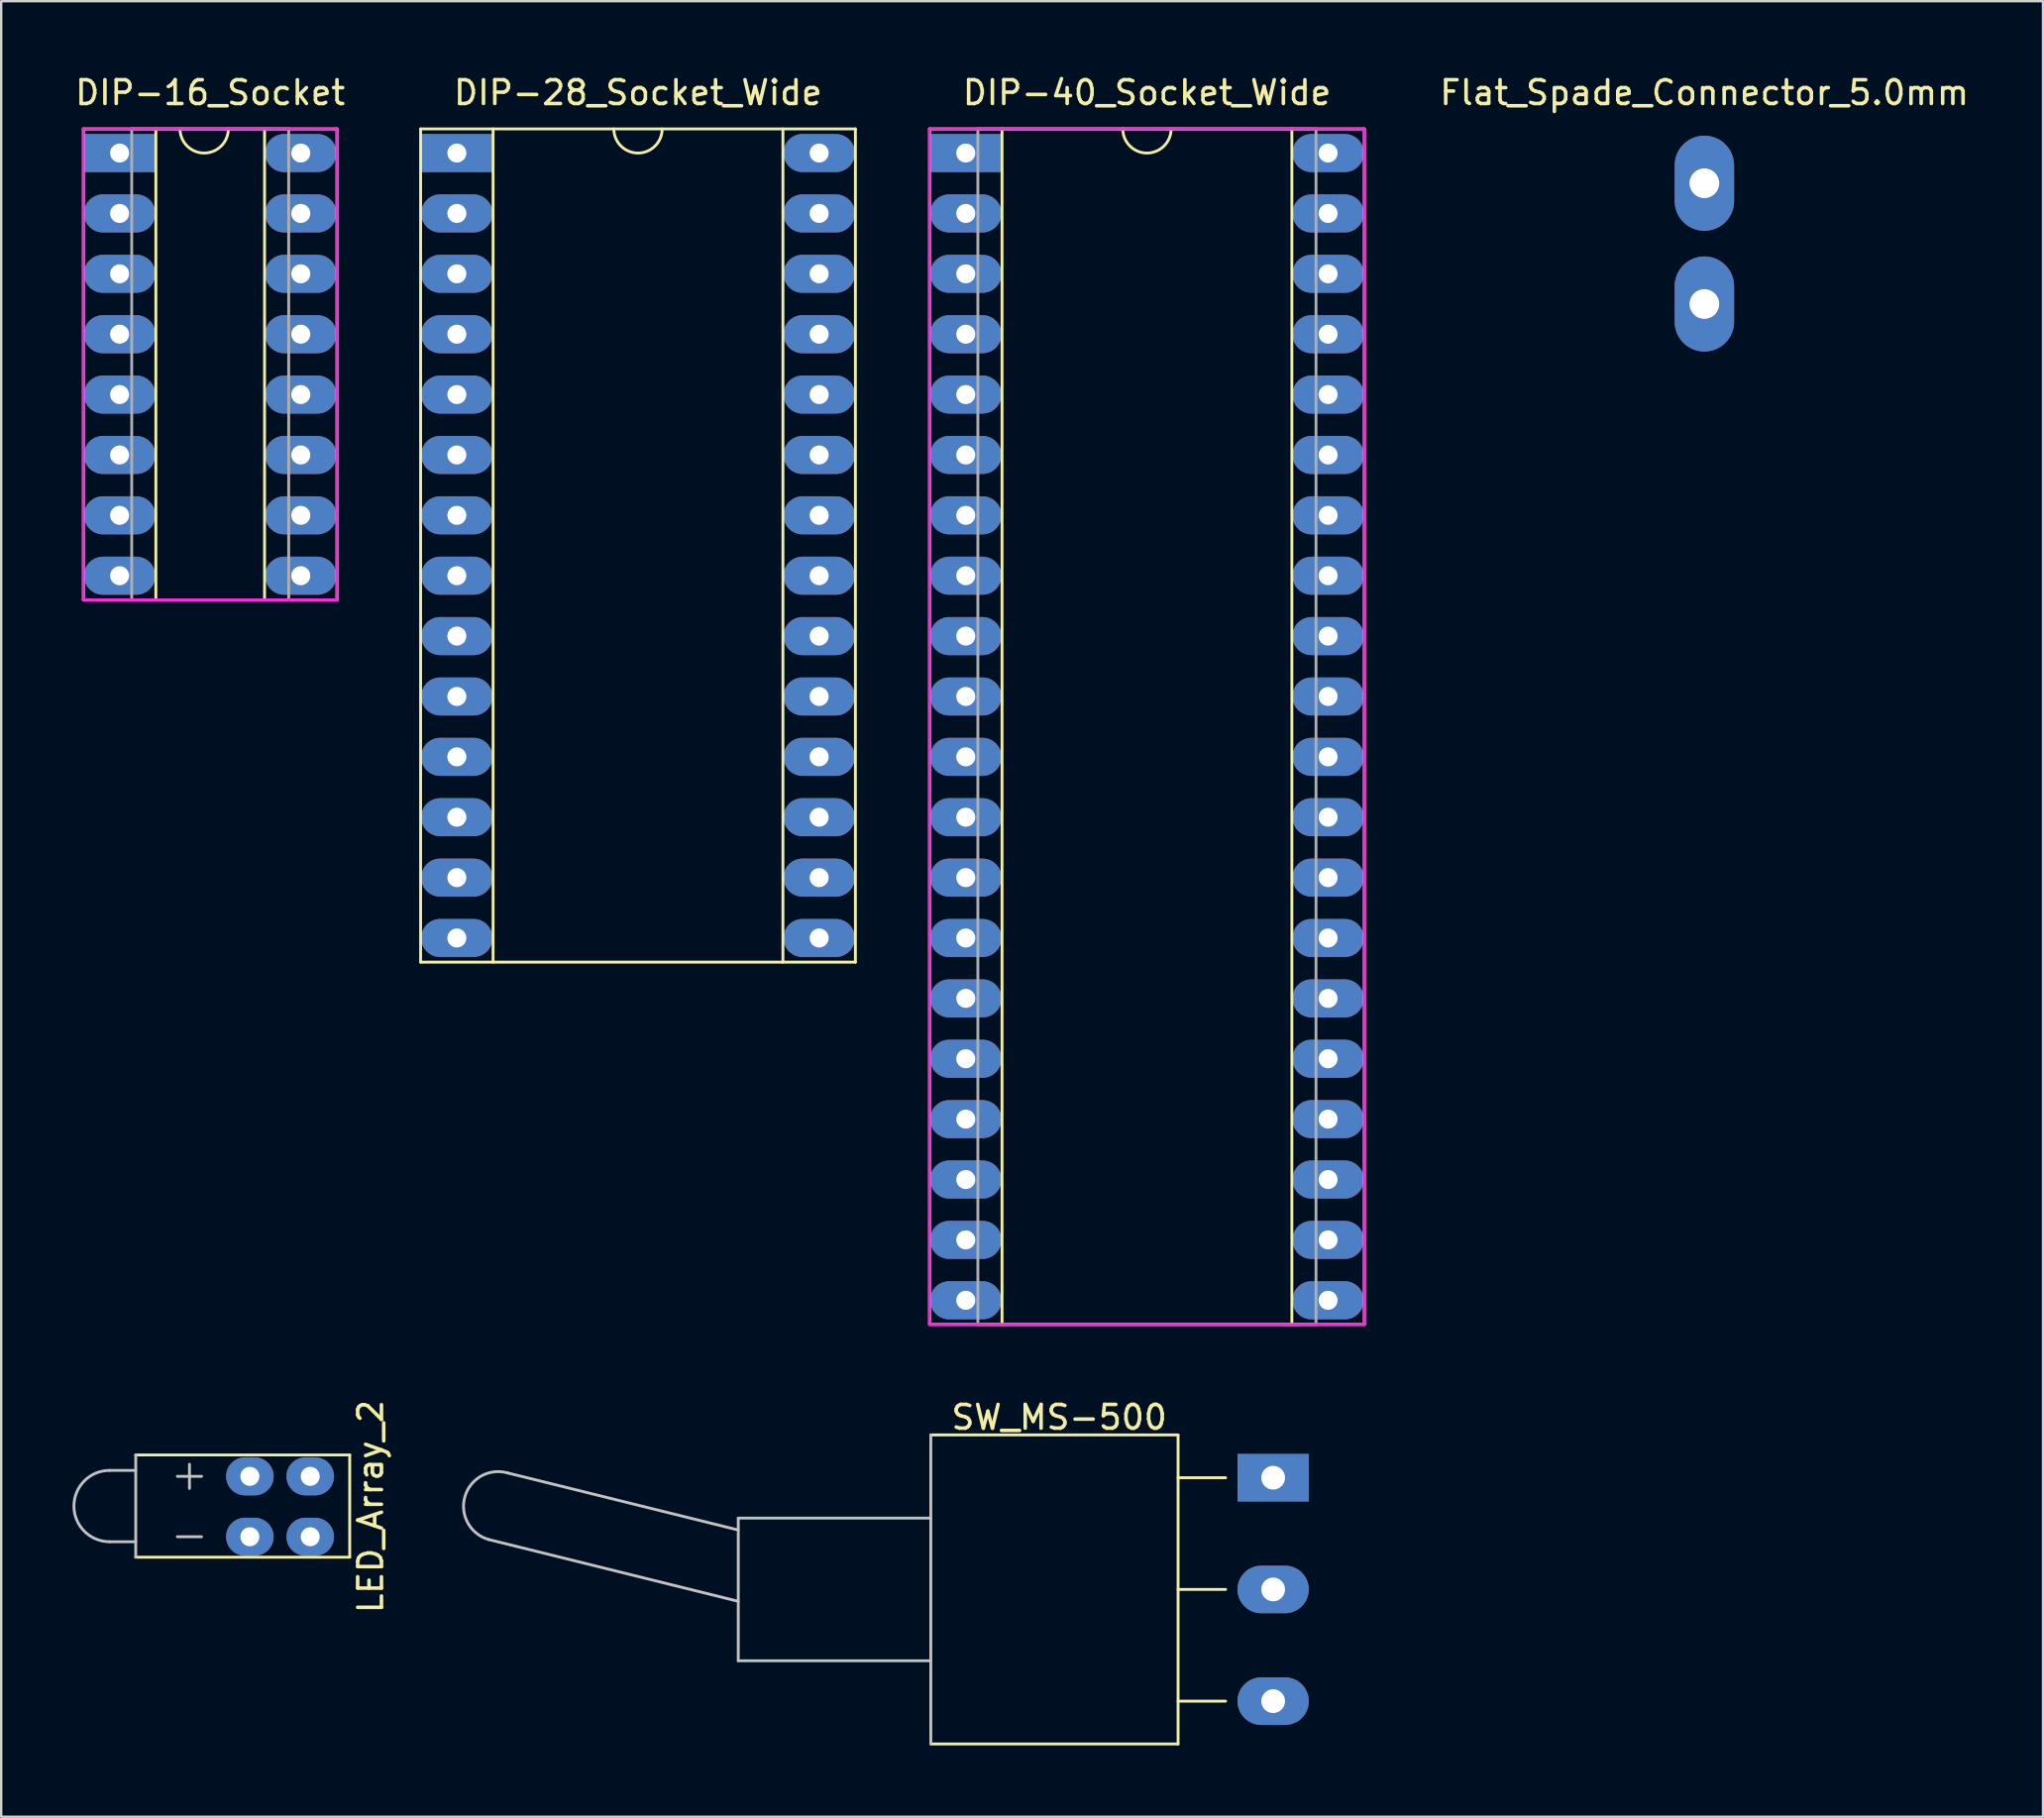
<source format=kicad_pcb>
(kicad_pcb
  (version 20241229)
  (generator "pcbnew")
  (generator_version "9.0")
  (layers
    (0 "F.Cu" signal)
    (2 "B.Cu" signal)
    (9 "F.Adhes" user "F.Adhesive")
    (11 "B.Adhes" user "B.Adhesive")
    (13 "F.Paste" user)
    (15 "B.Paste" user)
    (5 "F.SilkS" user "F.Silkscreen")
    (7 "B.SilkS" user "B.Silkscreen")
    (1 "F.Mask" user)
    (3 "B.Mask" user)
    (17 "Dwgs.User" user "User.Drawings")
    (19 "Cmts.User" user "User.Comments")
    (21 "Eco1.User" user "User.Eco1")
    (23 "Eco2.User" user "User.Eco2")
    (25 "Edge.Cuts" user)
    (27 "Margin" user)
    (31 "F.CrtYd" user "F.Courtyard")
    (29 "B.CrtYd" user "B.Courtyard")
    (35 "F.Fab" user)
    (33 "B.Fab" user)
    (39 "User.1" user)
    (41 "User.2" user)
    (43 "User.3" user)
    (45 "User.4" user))
  (footprint "DIP-40_Socket_Wide"
    (layer "F.Cu")
    (at 37.575 3.388)
    (property "Reference" "DIP-40_Socket_Wide" (at 7.62 -2.54 0) (layer "F.SilkS") (effects (font (size 1 1) (thickness 0.15))))
    (attr through_hole)
    (fp_line (start -1.524 -1.016) (end -1.524 49.276) (stroke (width 0.12) (type solid)) (layer "F.SilkS"))
    (fp_line (start -1.524 49.276) (end 16.764 49.276) (stroke (width 0.12) (type solid)) (layer "F.SilkS"))
    (fp_line (start 1.524 -1.016) (end 1.524 49.276) (stroke (width 0.12) (type solid)) (layer "F.SilkS"))
    (fp_line (start 13.716 49.276) (end 13.716 -1.016) (stroke (width 0.12) (type solid)) (layer "F.SilkS"))
    (fp_line (start 16.764 -1.016) (end -1.524 -1.016) (stroke (width 0.12) (type solid)) (layer "F.SilkS"))
    (fp_line (start 16.764 49.276) (end 16.764 -1.016) (stroke (width 0.12) (type solid)) (layer "F.SilkS"))
    (fp_arc (start 8.636 -1.016) (mid 7.62 0) (end 6.604 -1.016) (stroke (width 0.12) (type solid)) (layer "F.SilkS"))
    (fp_line (start -1.524 -1.016) (end -1.524 49.276) (stroke (width 0.12) (type solid)) (layer "F.CrtYd"))
    (fp_line (start -1.524 49.276) (end 16.764 49.276) (stroke (width 0.12) (type solid)) (layer "F.CrtYd"))
    (fp_line (start 16.764 -1.016) (end -1.524 -1.016) (stroke (width 0.12) (type solid)) (layer "F.CrtYd"))
    (fp_line (start 16.764 49.276) (end 16.764 -1.016) (stroke (width 0.12) (type solid)) (layer "F.CrtYd"))
    (fp_line (start 0.508 -1.016) (end 0.508 49.276) (stroke (width 0.12) (type solid)) (layer "F.Fab"))
    (fp_line (start 0.508 49.276) (end 14.732 49.276) (stroke (width 0.12) (type solid)) (layer "F.Fab"))
    (fp_line (start 14.732 -1.016) (end 0.508 -1.016) (stroke (width 0.12) (type solid)) (layer "F.Fab"))
    (fp_line (start 14.732 49.276) (end 14.732 -1.016) (stroke (width 0.12) (type solid)) (layer "F.Fab"))
    (pad "1" thru_hole rect (at 0 0) (size 3 1.6) (drill 0.8) (layers "*.Cu" "*.Mask"))
    (pad "2" thru_hole oval (at 0 2.54) (size 3 1.6) (drill 0.8) (layers "*.Cu" "*.Mask"))
    (pad "3" thru_hole oval (at 0 5.08) (size 3 1.6) (drill 0.8) (layers "*.Cu" "*.Mask"))
    (pad "4" thru_hole oval (at 0 7.62) (size 3 1.6) (drill 0.8) (layers "*.Cu" "*.Mask"))
    (pad "5" thru_hole oval (at 0 10.16) (size 3 1.6) (drill 0.8) (layers "*.Cu" "*.Mask"))
    (pad "6" thru_hole oval (at 0 12.7) (size 3 1.6) (drill 0.8) (layers "*.Cu" "*.Mask"))
    (pad "7" thru_hole oval (at 0 15.24) (size 3 1.6) (drill 0.8) (layers "*.Cu" "*.Mask"))
    (pad "8" thru_hole oval (at 0 17.78) (size 3 1.6) (drill 0.8) (layers "*.Cu" "*.Mask"))
    (pad "9" thru_hole oval (at 0 20.32) (size 3 1.6) (drill 0.8) (layers "*.Cu" "*.Mask"))
    (pad "10" thru_hole oval (at 0 22.86) (size 3 1.6) (drill 0.8) (layers "*.Cu" "*.Mask"))
    (pad "11" thru_hole oval (at 0 25.4) (size 3 1.6) (drill 0.8) (layers "*.Cu" "*.Mask"))
    (pad "12" thru_hole oval (at 0 27.94) (size 3 1.6) (drill 0.8) (layers "*.Cu" "*.Mask"))
    (pad "13" thru_hole oval (at 0 30.48) (size 3 1.6) (drill 0.8) (layers "*.Cu" "*.Mask"))
    (pad "14" thru_hole oval (at 0 33.02) (size 3 1.6) (drill 0.8) (layers "*.Cu" "*.Mask"))
    (pad "15" thru_hole oval (at 0 35.56) (size 3 1.6) (drill 0.8) (layers "*.Cu" "*.Mask"))
    (pad "16" thru_hole oval (at 0 38.1) (size 3 1.6) (drill 0.8) (layers "*.Cu" "*.Mask"))
    (pad "17" thru_hole oval (at 0 40.64) (size 3 1.6) (drill 0.8) (layers "*.Cu" "*.Mask"))
    (pad "18" thru_hole oval (at 0 43.18) (size 3 1.6) (drill 0.8) (layers "*.Cu" "*.Mask"))
    (pad "19" thru_hole oval (at 0 45.72) (size 3 1.6) (drill 0.8) (layers "*.Cu" "*.Mask"))
    (pad "20" thru_hole oval (at 0 48.26) (size 3 1.6) (drill 0.8) (layers "*.Cu" "*.Mask"))
    (pad "21" thru_hole oval (at 15.24 48.26) (size 3 1.6) (drill 0.8) (layers "*.Cu" "*.Mask"))
    (pad "22" thru_hole oval (at 15.24 45.72) (size 3 1.6) (drill 0.8) (layers "*.Cu" "*.Mask"))
    (pad "23" thru_hole oval (at 15.24 43.18) (size 3 1.6) (drill 0.8) (layers "*.Cu" "*.Mask"))
    (pad "24" thru_hole oval (at 15.24 40.64) (size 3 1.6) (drill 0.8) (layers "*.Cu" "*.Mask"))
    (pad "25" thru_hole oval (at 15.24 38.1) (size 3 1.6) (drill 0.8) (layers "*.Cu" "*.Mask"))
    (pad "26" thru_hole oval (at 15.24 35.56) (size 3 1.6) (drill 0.8) (layers "*.Cu" "*.Mask"))
    (pad "27" thru_hole oval (at 15.24 33.02) (size 3 1.6) (drill 0.8) (layers "*.Cu" "*.Mask"))
    (pad "28" thru_hole oval (at 15.24 30.48) (size 3 1.6) (drill 0.8) (layers "*.Cu" "*.Mask"))
    (pad "29" thru_hole oval (at 15.24 27.94) (size 3 1.6) (drill 0.8) (layers "*.Cu" "*.Mask"))
    (pad "30" thru_hole oval (at 15.24 25.4) (size 3 1.6) (drill 0.8) (layers "*.Cu" "*.Mask"))
    (pad "31" thru_hole oval (at 15.24 22.86) (size 3 1.6) (drill 0.8) (layers "*.Cu" "*.Mask"))
    (pad "32" thru_hole oval (at 15.24 20.32) (size 3 1.6) (drill 0.8) (layers "*.Cu" "*.Mask"))
    (pad "33" thru_hole oval (at 15.24 17.78) (size 3 1.6) (drill 0.8) (layers "*.Cu" "*.Mask"))
    (pad "34" thru_hole oval (at 15.24 15.24) (size 3 1.6) (drill 0.8) (layers "*.Cu" "*.Mask"))
    (pad "35" thru_hole oval (at 15.24 12.7) (size 3 1.6) (drill 0.8) (layers "*.Cu" "*.Mask"))
    (pad "36" thru_hole oval (at 15.24 10.16) (size 3 1.6) (drill 0.8) (layers "*.Cu" "*.Mask"))
    (pad "37" thru_hole oval (at 15.24 7.62) (size 3 1.6) (drill 0.8) (layers "*.Cu" "*.Mask"))
    (pad "38" thru_hole oval (at 15.24 5.08) (size 3 1.6) (drill 0.8) (layers "*.Cu" "*.Mask"))
    (pad "39" thru_hole oval (at 15.24 2.54) (size 3 1.6) (drill 0.8) (layers "*.Cu" "*.Mask"))
    (pad "40" thru_hole oval (at 15.24 0) (size 3 1.6) (drill 0.8) (layers "*.Cu" "*.Mask")))
  (footprint "Flat_Spade_Connector_5.0mm"
    (layer "F.Cu")
    (at 68.643 9.738)
    (property "Reference" "Flat_Spade_Connector_5.0mm" (at 0 -8.89 0) (layer "F.SilkS") (effects (font (size 1 1) (thickness 0.15))))
    (attr through_hole)
    (pad "1" thru_hole oval (at 0 -5.08) (size 2.5 4) (drill 1.25) (layers "*.Cu" "*.Mask"))
    (pad "1" thru_hole oval (at 0 0) (size 2.5 4) (drill 1.25) (layers "*.Cu" "*.Mask")))
  (footprint "DIP-28_Socket_Wide"
    (layer "F.Cu")
    (at 16.167 3.388)
    (property "Reference" "DIP-28_Socket_Wide" (at 7.62 -2.54 0) (layer "F.SilkS") (effects (font (size 1 1) (thickness 0.15))))
    (attr through_hole)
    (fp_line (start -1.524 -1.016) (end -1.524 34.036) (stroke (width 0.12) (type solid)) (layer "F.SilkS"))
    (fp_line (start -1.524 34.036) (end 16.764 34.036) (stroke (width 0.12) (type solid)) (layer "F.SilkS"))
    (fp_line (start 1.524 -1.016) (end 1.524 34.036) (stroke (width 0.12) (type solid)) (layer "F.SilkS"))
    (fp_line (start 13.716 34.036) (end 13.716 -1.016) (stroke (width 0.12) (type solid)) (layer "F.SilkS"))
    (fp_line (start 16.764 -1.016) (end -1.524 -1.016) (stroke (width 0.12) (type solid)) (layer "F.SilkS"))
    (fp_line (start 16.764 34.036) (end 16.764 -1.016) (stroke (width 0.12) (type solid)) (layer "F.SilkS"))
    (fp_arc (start 8.636 -1.016) (mid 7.62 0) (end 6.604 -1.016) (stroke (width 0.12) (type solid)) (layer "F.SilkS"))
    (pad "1" thru_hole rect (at 0 0) (size 3 1.6) (drill 0.8) (layers "*.Cu" "*.Mask"))
    (pad "2" thru_hole oval (at 0 2.54) (size 3 1.6) (drill 0.8) (layers "*.Cu" "*.Mask"))
    (pad "3" thru_hole oval (at 0 5.08) (size 3 1.6) (drill 0.8) (layers "*.Cu" "*.Mask"))
    (pad "4" thru_hole oval (at 0 7.62) (size 3 1.6) (drill 0.8) (layers "*.Cu" "*.Mask"))
    (pad "5" thru_hole oval (at 0 10.16) (size 3 1.6) (drill 0.8) (layers "*.Cu" "*.Mask"))
    (pad "6" thru_hole oval (at 0 12.7) (size 3 1.6) (drill 0.8) (layers "*.Cu" "*.Mask"))
    (pad "7" thru_hole oval (at 0 15.24) (size 3 1.6) (drill 0.8) (layers "*.Cu" "*.Mask"))
    (pad "8" thru_hole oval (at 0 17.78) (size 3 1.6) (drill 0.8) (layers "*.Cu" "*.Mask"))
    (pad "9" thru_hole oval (at 0 20.32) (size 3 1.6) (drill 0.8) (layers "*.Cu" "*.Mask"))
    (pad "10" thru_hole oval (at 0 22.86) (size 3 1.6) (drill 0.8) (layers "*.Cu" "*.Mask"))
    (pad "11" thru_hole oval (at 0 25.4) (size 3 1.6) (drill 0.8) (layers "*.Cu" "*.Mask"))
    (pad "12" thru_hole oval (at 0 27.94) (size 3 1.6) (drill 0.8) (layers "*.Cu" "*.Mask"))
    (pad "13" thru_hole oval (at 0 30.48) (size 3 1.6) (drill 0.8) (layers "*.Cu" "*.Mask"))
    (pad "14" thru_hole oval (at 0 33.02) (size 3 1.6) (drill 0.8) (layers "*.Cu" "*.Mask"))
    (pad "15" thru_hole oval (at 15.24 33.02) (size 3 1.6) (drill 0.8) (layers "*.Cu" "*.Mask"))
    (pad "16" thru_hole oval (at 15.24 30.48) (size 3 1.6) (drill 0.8) (layers "*.Cu" "*.Mask"))
    (pad "17" thru_hole oval (at 15.24 27.94) (size 3 1.6) (drill 0.8) (layers "*.Cu" "*.Mask"))
    (pad "18" thru_hole oval (at 15.24 25.4) (size 3 1.6) (drill 0.8) (layers "*.Cu" "*.Mask"))
    (pad "19" thru_hole oval (at 15.24 22.86) (size 3 1.6) (drill 0.8) (layers "*.Cu" "*.Mask"))
    (pad "20" thru_hole oval (at 15.24 20.32) (size 3 1.6) (drill 0.8) (layers "*.Cu" "*.Mask"))
    (pad "21" thru_hole oval (at 15.24 17.78) (size 3 1.6) (drill 0.8) (layers "*.Cu" "*.Mask"))
    (pad "22" thru_hole oval (at 15.24 15.24) (size 3 1.6) (drill 0.8) (layers "*.Cu" "*.Mask"))
    (pad "23" thru_hole oval (at 15.24 12.7) (size 3 1.6) (drill 0.8) (layers "*.Cu" "*.Mask"))
    (pad "24" thru_hole oval (at 15.24 10.16) (size 3 1.6) (drill 0.8) (layers "*.Cu" "*.Mask"))
    (pad "25" thru_hole oval (at 15.24 7.62) (size 3 1.6) (drill 0.8) (layers "*.Cu" "*.Mask"))
    (pad "26" thru_hole oval (at 15.24 5.08) (size 3 1.6) (drill 0.8) (layers "*.Cu" "*.Mask"))
    (pad "27" thru_hole oval (at 15.24 2.54) (size 3 1.6) (drill 0.8) (layers "*.Cu" "*.Mask"))
    (pad "28" thru_hole oval (at 15.24 0) (size 3 1.6) (drill 0.8) (layers "*.Cu" "*.Mask")))
  (footprint "SW_MS-500"
    (layer "F.Cu")
    (at 50.504 59.112)
    (property "Reference" "SW_MS-500" (at -9 -2.54 0) (layer "F.SilkS") (effects (font (size 1 1) (thickness 0.15))))
    (attr through_hole)
    (fp_line (start -14.4 11.2) (end -4 11.2) (stroke (width 0.12) (type solid)) (layer "F.SilkS"))
    (fp_line (start -4 -1.8) (end -14.4 -1.8) (stroke (width 0.12) (type solid)) (layer "F.SilkS"))
    (fp_line (start -4 -1.8) (end -4 11.2) (stroke (width 0.12) (type solid)) (layer "F.SilkS"))
    (fp_line (start -2 0) (end -4 0) (stroke (width 0.12) (type solid)) (layer "F.SilkS"))
    (fp_line (start -2 4.7) (end -4 4.7) (stroke (width 0.12) (type solid)) (layer "F.SilkS"))
    (fp_line (start -2 9.4) (end -4 9.4) (stroke (width 0.12) (type solid)) (layer "F.SilkS"))
    (fp_line (start -22.5 1.7) (end -22.5 7.7) (stroke (width 0.12) (type solid)) (layer "Dwgs.User"))
    (fp_line (start -22.5 2.2) (end -32.2 -0.2) (stroke (width 0.12) (type solid)) (layer "Dwgs.User"))
    (fp_line (start -22.5 5.2) (end -33 2.6) (stroke (width 0.12) (type solid)) (layer "Dwgs.User"))
    (fp_line (start -22.5 7.7) (end -14.4 7.7) (stroke (width 0.12) (type solid)) (layer "Dwgs.User"))
    (fp_line (start -14.4 -1.8) (end -14.4 11.2) (stroke (width 0.12) (type solid)) (layer "Dwgs.User"))
    (fp_line (start -14.4 1.7) (end -22.5 1.7) (stroke (width 0.12) (type solid)) (layer "Dwgs.User"))
    (fp_arc (start -32.999999 2.599999) (mid -33.999999 0.800001) (end -32.200001 -0.199999) (stroke (width 0.12) (type solid)) (layer "Dwgs.User"))
    (pad "1" thru_hole rect (at 0 0) (size 3 2) (drill 1) (layers "*.Cu" "*.Mask"))
    (pad "2" thru_hole oval (at 0 4.7) (size 3 2) (drill 1) (layers "*.Cu" "*.Mask"))
    (pad "3" thru_hole oval (at 0 9.4) (size 3 2) (drill 1) (layers "*.Cu" "*.Mask")))
  (footprint "DIP-16_Socket"
    (layer "F.Cu")
    (at 1.982 3.388)
    (property "Reference" "DIP-16_Socket" (at 3.81 -2.54 0) (layer "F.SilkS") (effects (font (size 1 1) (thickness 0.15))))
    (attr through_hole)
    (fp_line (start -1.524 -1.016) (end -1.524 18.796) (stroke (width 0.12) (type solid)) (layer "F.SilkS"))
    (fp_line (start -1.524 18.796) (end 9.144 18.796) (stroke (width 0.12) (type solid)) (layer "F.SilkS"))
    (fp_line (start 1.524 -1.016) (end 1.524 18.796) (stroke (width 0.12) (type solid)) (layer "F.SilkS"))
    (fp_line (start 6.096 -1.016) (end 6.096 18.796) (stroke (width 0.12) (type solid)) (layer "F.SilkS"))
    (fp_line (start 9.144 -1.016) (end -1.524 -1.016) (stroke (width 0.12) (type solid)) (layer "F.SilkS"))
    (fp_line (start 9.144 18.796) (end 9.144 -1.016) (stroke (width 0.12) (type solid)) (layer "F.SilkS"))
    (fp_arc (start 4.572 -1.016) (mid 3.556 0) (end 2.54 -1.016) (stroke (width 0.12) (type solid)) (layer "F.SilkS"))
    (fp_line (start -1.524 -1.016) (end -1.524 18.796) (stroke (width 0.12) (type solid)) (layer "F.CrtYd"))
    (fp_line (start -1.524 18.796) (end 9.144 18.796) (stroke (width 0.12) (type solid)) (layer "F.CrtYd"))
    (fp_line (start 9.144 -1.016) (end -1.524 -1.016) (stroke (width 0.12) (type solid)) (layer "F.CrtYd"))
    (fp_line (start 9.144 18.796) (end 9.144 -1.016) (stroke (width 0.12) (type solid)) (layer "F.CrtYd"))
    (fp_line (start 0.508 -1.016) (end 0.508 18.796) (stroke (width 0.12) (type solid)) (layer "F.Fab"))
    (fp_line (start 0.508 18.796) (end 7.112 18.796) (stroke (width 0.12) (type solid)) (layer "F.Fab"))
    (fp_line (start 7.112 -1.016) (end 0.508 -1.016) (stroke (width 0.12) (type solid)) (layer "F.Fab"))
    (fp_line (start 7.112 18.796) (end 7.112 -1.016) (stroke (width 0.12) (type solid)) (layer "F.Fab"))
    (pad "1" thru_hole rect (at 0 0) (size 3 1.6) (drill 0.8) (layers "*.Cu" "*.Mask"))
    (pad "2" thru_hole oval (at 0 2.54) (size 3 1.6) (drill 0.8) (layers "*.Cu" "*.Mask"))
    (pad "3" thru_hole oval (at 0 5.08) (size 3 1.6) (drill 0.8) (layers "*.Cu" "*.Mask"))
    (pad "4" thru_hole oval (at 0 7.62) (size 3 1.6) (drill 0.8) (layers "*.Cu" "*.Mask"))
    (pad "5" thru_hole oval (at 0 10.16) (size 3 1.6) (drill 0.8) (layers "*.Cu" "*.Mask"))
    (pad "6" thru_hole oval (at 0 12.7) (size 3 1.6) (drill 0.8) (layers "*.Cu" "*.Mask"))
    (pad "7" thru_hole oval (at 0 15.24) (size 3 1.6) (drill 0.8) (layers "*.Cu" "*.Mask"))
    (pad "8" thru_hole oval (at 0 17.78) (size 3 1.6) (drill 0.8) (layers "*.Cu" "*.Mask"))
    (pad "9" thru_hole oval (at 7.62 17.78) (size 3 1.6) (drill 0.8) (layers "*.Cu" "*.Mask"))
    (pad "10" thru_hole oval (at 7.62 15.24) (size 3 1.6) (drill 0.8) (layers "*.Cu" "*.Mask"))
    (pad "11" thru_hole oval (at 7.62 12.7) (size 3 1.6) (drill 0.8) (layers "*.Cu" "*.Mask"))
    (pad "12" thru_hole oval (at 7.62 10.16) (size 3 1.6) (drill 0.8) (layers "*.Cu" "*.Mask"))
    (pad "13" thru_hole oval (at 7.62 7.62) (size 3 1.6) (drill 0.8) (layers "*.Cu" "*.Mask"))
    (pad "14" thru_hole oval (at 7.62 5.08) (size 3 1.6) (drill 0.8) (layers "*.Cu" "*.Mask"))
    (pad "15" thru_hole oval (at 7.62 2.54) (size 3 1.6) (drill 0.8) (layers "*.Cu" "*.Mask"))
    (pad "16" thru_hole oval (at 7.62 0) (size 3 1.6) (drill 0.8) (layers "*.Cu" "*.Mask")))
  (footprint "LED_Array_2"
    (layer "F.Cu")
    (at 7.46 59.055)
    (property "Reference" "LED_Array_2" (at 5.08 1.27 90) (layer "F.SilkS") (effects (font (size 1 1) (thickness 0.15))))
    (attr through_hole)
    (fp_line (start -4.8 -0.9) (end 4.2 -0.9) (stroke (width 0.12) (type solid)) (layer "F.SilkS"))
    (fp_line (start -4.8 3.4) (end 4.2 3.4) (stroke (width 0.12) (type solid)) (layer "F.SilkS"))
    (fp_line (start 4.2 3.4) (end 4.2 -0.9) (stroke (width 0.12) (type solid)) (layer "F.SilkS"))
    (fp_line (start -4.8 -0.9) (end -4.8 3.4) (stroke (width 0.12) (type solid)) (layer "Dwgs.User"))
    (fp_line (start -4.8 -0.25) (end -5.9 -0.25) (stroke (width 0.12) (type solid)) (layer "Dwgs.User"))
    (fp_line (start -4.8 2.75) (end -5.9 2.75) (stroke (width 0.12) (type solid)) (layer "Dwgs.User"))
    (fp_line (start -2.54 -0.508) (end -2.54 0.508) (stroke (width 0.12) (type solid)) (layer "Dwgs.User"))
    (fp_line (start -2.032 0) (end -3.048 0) (stroke (width 0.12) (type solid)) (layer "Dwgs.User"))
    (fp_line (start -2.032 2.54) (end -3.048 2.54) (stroke (width 0.12) (type solid)) (layer "Dwgs.User"))
    (fp_arc (start -5.9 2.75) (mid -7.4 1.25) (end -5.9 -0.25) (stroke (width 0.12) (type solid)) (layer "Dwgs.User"))
    (pad "1" thru_hole oval (at 2.54 2.54) (size 2 1.6) (drill 0.8) (layers "*.Cu" "*.Mask"))
    (pad "2" thru_hole oval (at 2.54 0) (size 2 1.6) (drill 0.8) (layers "*.Cu" "*.Mask"))
    (pad "3" thru_hole oval (at 0 2.54) (size 2 1.6) (drill 0.8) (layers "*.Cu" "*.Mask"))
    (pad "4" thru_hole oval (at 0 0) (size 2 1.6) (drill 0.8) (layers "*.Cu" "*.Mask")))
  (gr_rect
    (start -3 -3)
    (end 82.887 73.373)
    (stroke (width 0.1) (type default))
    (fill no)
    (layer "Edge.Cuts")))
</source>
